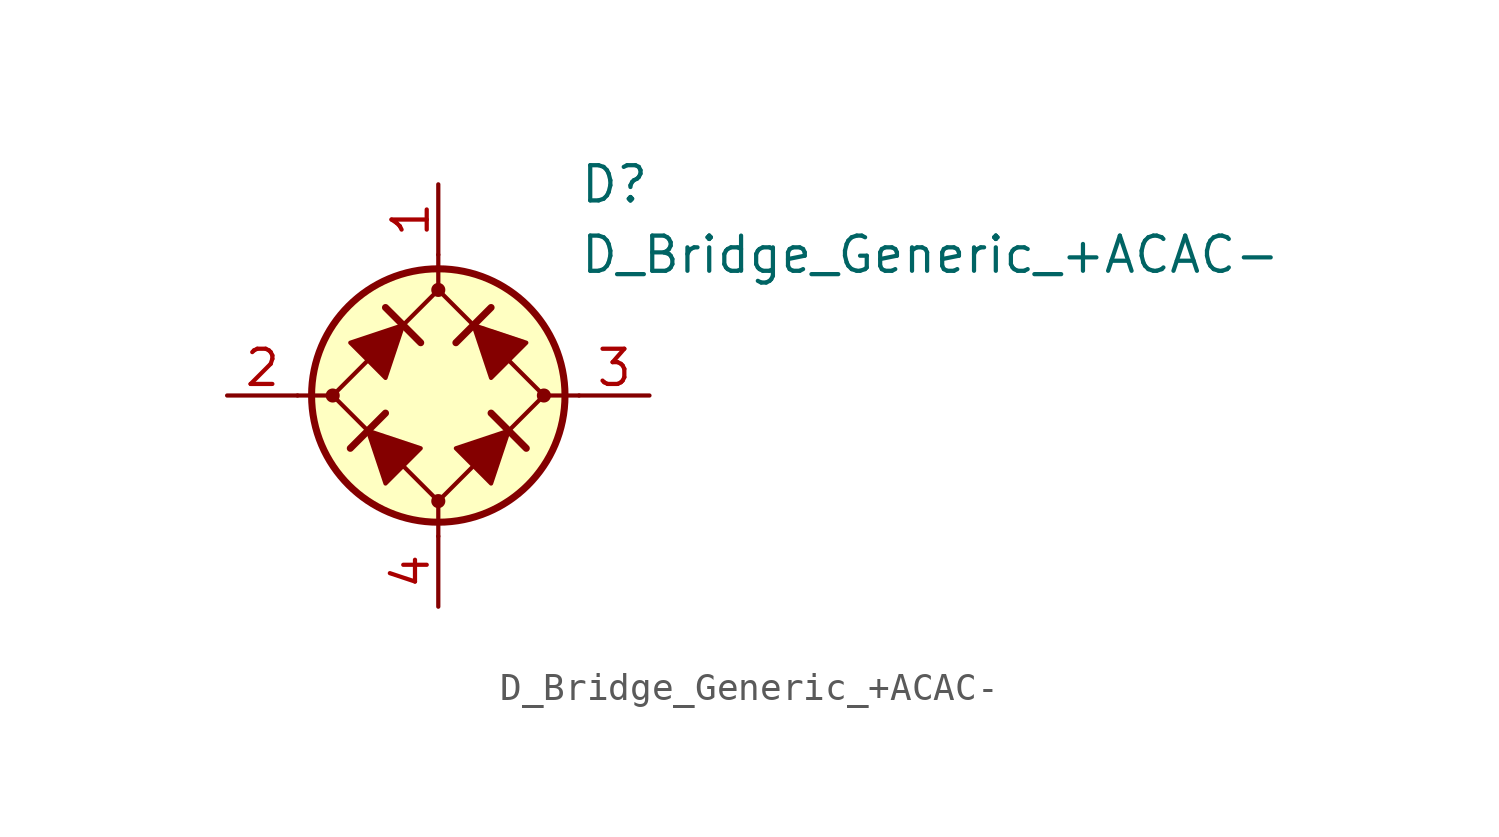
<source format=kicad_sym>
(kicad_symbol_lib
  (version 20211014)
  (generator kicad_symbol_editor)
  (symbol "D_Bridge_Generic_+ACAC-"
    (pin_names
      (offset 1.016) hide)
    (property "Reference" "D"
      (at 5.08 7.62 0)
      (effects (font (size 1.27 1.27)) (justify left)))
    (property "Value" "D_Bridge_Generic_+ACAC-"
      (at 5.08 5.08 0)
      (effects (font (size 1.27 1.27)) (justify left)))
    (symbol "D_Bridge_Generic_+ACAC-_0_1"
      (circle (center -3.81 0) (radius 0.178) (stroke (width 0) (type default) (color 0 0 0 0)) (fill (type outline)))
      (polyline (pts (xy -5.08 0) (xy -3.81 0)) (stroke (width 0) (type default) (color 0 0 0 0)) (fill (type none)))
      (polyline (pts (xy -1.905 -0.635) (xy -3.175 -1.905)) (stroke (width 0.254) (type default) (color 0 0 0 0)) (fill (type none)))
      (polyline (pts (xy -1.905 3.175) (xy -0.635 1.905)) (stroke (width 0.254) (type default) (color 0 0 0 0)) (fill (type none)))
      (polyline (pts (xy 0 -5.08) (xy 0 -3.81)) (stroke (width 0) (type default) (color 0 0 0 0)) (fill (type none)))
      (polyline (pts (xy 0 5.08) (xy 0 3.81)) (stroke (width 0) (type default) (color 0 0 0 0)) (fill (type none)))
      (polyline (pts (xy 1.905 3.175) (xy 0.635 1.905)) (stroke (width 0.254) (type default) (color 0 0 0 0)) (fill (type none)))
      (polyline (pts (xy 3.175 -1.905) (xy 1.905 -0.635)) (stroke (width 0.254) (type default) (color 0 0 0 0)) (fill (type none)))
      (polyline (pts (xy 5.08 0) (xy 3.81 0)) (stroke (width 0) (type default) (color 0 0 0 0)) (fill (type none)))
      (polyline (pts (xy -2.54 -1.27) (xy -1.905 -3.175) (xy -0.635 -1.905) (xy -2.54 -1.27)) (stroke (width 0) (type default) (color 0 0 0 0)) (fill (type outline)))
      (polyline (pts (xy -1.27 2.54) (xy -1.905 0.635) (xy -3.175 1.905) (xy -1.27 2.54)) (stroke (width 0) (type default) (color 0 0 0 0)) (fill (type outline)))
      (polyline (pts (xy 1.27 2.54) (xy 3.175 1.905) (xy 1.905 0.635) (xy 1.27 2.54)) (stroke (width 0) (type default) (color 0 0 0 0)) (fill (type outline)))
      (polyline (pts (xy 2.54 -1.27) (xy 0.635 -1.905) (xy 1.905 -3.175) (xy 2.54 -1.27)) (stroke (width 0) (type default) (color 0 0 0 0)) (fill (type outline)))
      (polyline (pts (xy 0 3.81) (xy -3.81 0) (xy 0 -3.81) (xy 3.81 0) (xy 0 3.81)) (stroke (width 0) (type default) (color 0 0 0 0)) (fill (type none)))
      (circle (center 0 0) (radius 4.572) (stroke (width 0.254) (type default) (color 0 0 0 0)) (fill (type background))))
    (symbol "D_Bridge_Generic_+ACAC-_1_1"
      (circle (center 0 -3.81) (radius 0.178) (stroke (width 0) (type default) (color 0 0 0 0)) (fill (type outline)))
      (circle (center 0 3.81) (radius 0.178) (stroke (width 0) (type default) (color 0 0 0 0)) (fill (type outline)))
      (circle (center 3.81 0) (radius 0.178) (stroke (width 0) (type default) (color 0 0 0 0)) (fill (type outline)))
      (pin passive line (at 0 7.62 270) (length 2.54) (name "+" (effects (font (size 1.27 1.27)))) (number "1" (effects (font (size 1.27 1.27)))))
      (pin passive line (at -7.62 0 0) (length 2.54) (name "1" (effects (font (size 1.27 1.27)))) (number "2" (effects (font (size 1.27 1.27)))))
      (pin passive line (at 7.62 0 180) (length 2.54) (name "2" (effects (font (size 1.27 1.27)))) (number "3" (effects (font (size 1.27 1.27)))))
      (pin passive line (at 0 -7.62 90) (length 2.54) (name "-" (effects (font (size 1.27 1.27)))) (number "4" (effects (font (size 1.27 1.27))))))))
</source>
